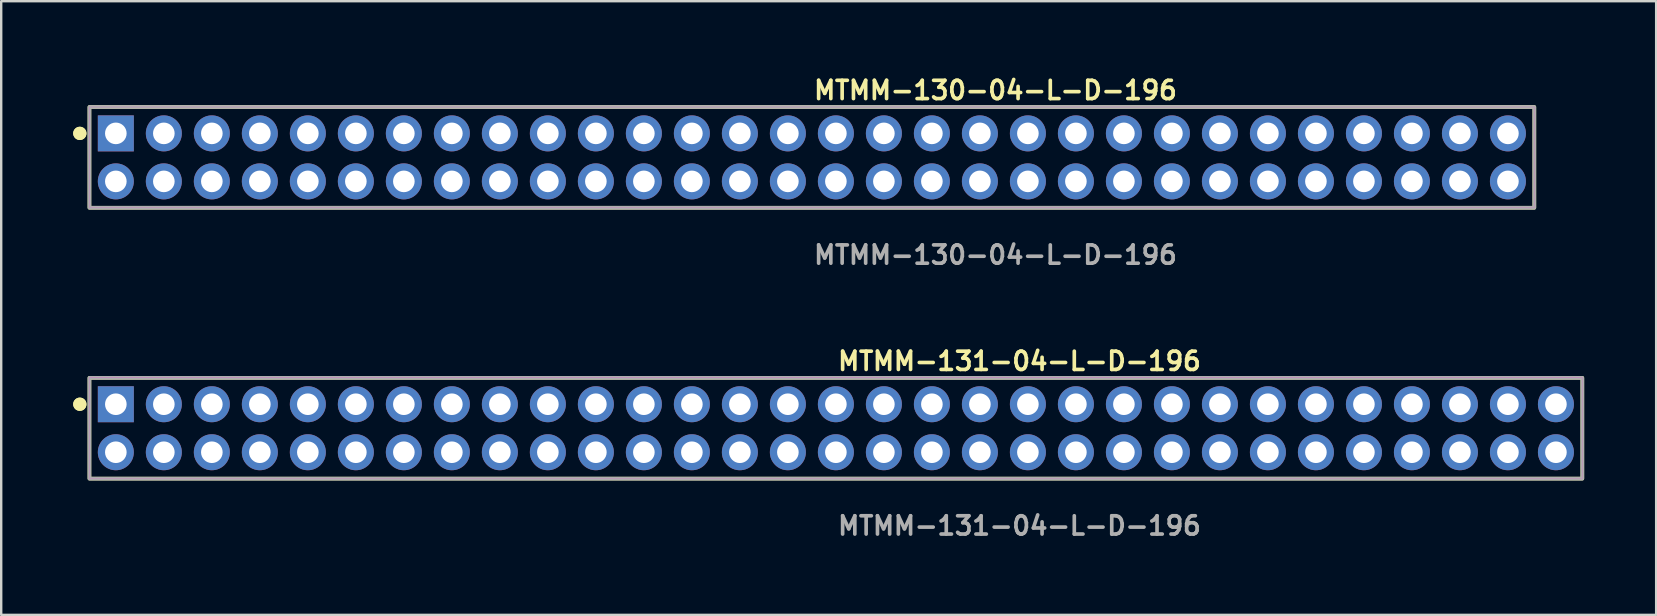
<source format=kicad_pcb>
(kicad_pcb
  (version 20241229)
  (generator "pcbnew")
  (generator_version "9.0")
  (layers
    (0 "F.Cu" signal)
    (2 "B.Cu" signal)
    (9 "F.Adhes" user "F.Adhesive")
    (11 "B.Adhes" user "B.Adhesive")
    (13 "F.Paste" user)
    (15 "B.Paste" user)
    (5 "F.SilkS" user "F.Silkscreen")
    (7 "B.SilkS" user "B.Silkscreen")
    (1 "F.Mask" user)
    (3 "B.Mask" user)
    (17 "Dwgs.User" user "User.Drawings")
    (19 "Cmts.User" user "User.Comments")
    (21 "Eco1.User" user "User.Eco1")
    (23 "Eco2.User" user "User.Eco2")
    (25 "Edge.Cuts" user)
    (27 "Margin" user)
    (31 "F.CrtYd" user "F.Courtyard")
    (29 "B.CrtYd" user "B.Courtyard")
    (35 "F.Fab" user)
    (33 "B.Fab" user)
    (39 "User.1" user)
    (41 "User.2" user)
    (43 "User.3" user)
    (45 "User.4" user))
  (footprint "MTMM-131-04-L-D-196"
    (layer "F.Cu")
    (at 31.776 14.792)
    (property "Reference" "MTMM-131-04-L-D-196" (at 0 -2.794 0) (unlocked yes) (layer "F.SilkS") (effects (font (size 0.762 0.762) (thickness 0.152)) (justify left)))
    (fp_rect (start -31.1 2.1) (end 31.1 -2.1) (stroke (width 0.152) (type solid)) (fill no) (layer "F.SilkS"))
    (fp_circle (center -31.5 -1) (end -31.7 -1) (stroke (width 0.152) (type solid)) (fill yes) (layer "F.SilkS"))
    (fp_circle (center -31.5 -1) (end -31.7 -1) (stroke (width 0.152) (type solid)) (fill yes) (layer "F.SilkS"))
    (fp_rect (start -31.1 2.1) (end 31.1 -2.1) (stroke (width 0.006) (type solid)) (fill no) (layer "F.CrtYd"))
    (fp_rect (start -31.1 2.1) (end 31.1 -2.1) (stroke (width 0.152) (type solid)) (fill no) (layer "F.Fab"))
    (fp_text user "${REFERENCE}" (at 0 4.064 0) (unlocked yes) (layer "F.Fab") (effects (font (size 0.762 0.762) (thickness 0.152)) (justify left)))
    (pad "1" thru_hole rect (at -30 -1) (size 1.5 1.5) (drill 0.9) (layers "*.Cu" "*.Mask"))
    (pad "2" thru_hole circle (at -30 1) (size 1.5 1.5) (drill 0.9) (layers "*.Cu" "*.Mask"))
    (pad "3" thru_hole circle (at -28 -1) (size 1.5 1.5) (drill 0.9) (layers "*.Cu" "*.Mask"))
    (pad "4" thru_hole circle (at -28 1) (size 1.5 1.5) (drill 0.9) (layers "*.Cu" "*.Mask"))
    (pad "5" thru_hole circle (at -26 -1) (size 1.5 1.5) (drill 0.9) (layers "*.Cu" "*.Mask"))
    (pad "6" thru_hole circle (at -26 1) (size 1.5 1.5) (drill 0.9) (layers "*.Cu" "*.Mask"))
    (pad "7" thru_hole circle (at -24 -1) (size 1.5 1.5) (drill 0.9) (layers "*.Cu" "*.Mask"))
    (pad "8" thru_hole circle (at -24 1) (size 1.5 1.5) (drill 0.9) (layers "*.Cu" "*.Mask"))
    (pad "9" thru_hole circle (at -22 -1) (size 1.5 1.5) (drill 0.9) (layers "*.Cu" "*.Mask"))
    (pad "10" thru_hole circle (at -22 1) (size 1.5 1.5) (drill 0.9) (layers "*.Cu" "*.Mask"))
    (pad "11" thru_hole circle (at -20 -1) (size 1.5 1.5) (drill 0.9) (layers "*.Cu" "*.Mask"))
    (pad "12" thru_hole circle (at -20 1) (size 1.5 1.5) (drill 0.9) (layers "*.Cu" "*.Mask"))
    (pad "13" thru_hole circle (at -18 -1) (size 1.5 1.5) (drill 0.9) (layers "*.Cu" "*.Mask"))
    (pad "14" thru_hole circle (at -18 1) (size 1.5 1.5) (drill 0.9) (layers "*.Cu" "*.Mask"))
    (pad "15" thru_hole circle (at -16 -1) (size 1.5 1.5) (drill 0.9) (layers "*.Cu" "*.Mask"))
    (pad "16" thru_hole circle (at -16 1) (size 1.5 1.5) (drill 0.9) (layers "*.Cu" "*.Mask"))
    (pad "17" thru_hole circle (at -14 -1) (size 1.5 1.5) (drill 0.9) (layers "*.Cu" "*.Mask"))
    (pad "18" thru_hole circle (at -14 1) (size 1.5 1.5) (drill 0.9) (layers "*.Cu" "*.Mask"))
    (pad "19" thru_hole circle (at -12 -1) (size 1.5 1.5) (drill 0.9) (layers "*.Cu" "*.Mask"))
    (pad "20" thru_hole circle (at -12 1) (size 1.5 1.5) (drill 0.9) (layers "*.Cu" "*.Mask"))
    (pad "21" thru_hole circle (at -10 -1) (size 1.5 1.5) (drill 0.9) (layers "*.Cu" "*.Mask"))
    (pad "22" thru_hole circle (at -10 1) (size 1.5 1.5) (drill 0.9) (layers "*.Cu" "*.Mask"))
    (pad "23" thru_hole circle (at -8 -1) (size 1.5 1.5) (drill 0.9) (layers "*.Cu" "*.Mask"))
    (pad "24" thru_hole circle (at -8 1) (size 1.5 1.5) (drill 0.9) (layers "*.Cu" "*.Mask"))
    (pad "25" thru_hole circle (at -6 -1) (size 1.5 1.5) (drill 0.9) (layers "*.Cu" "*.Mask"))
    (pad "26" thru_hole circle (at -6 1) (size 1.5 1.5) (drill 0.9) (layers "*.Cu" "*.Mask"))
    (pad "27" thru_hole circle (at -4 -1) (size 1.5 1.5) (drill 0.9) (layers "*.Cu" "*.Mask"))
    (pad "28" thru_hole circle (at -4 1) (size 1.5 1.5) (drill 0.9) (layers "*.Cu" "*.Mask"))
    (pad "29" thru_hole circle (at -2 -1) (size 1.5 1.5) (drill 0.9) (layers "*.Cu" "*.Mask"))
    (pad "30" thru_hole circle (at -2 1) (size 1.5 1.5) (drill 0.9) (layers "*.Cu" "*.Mask"))
    (pad "31" thru_hole circle (at 0 -1) (size 1.5 1.5) (drill 0.9) (layers "*.Cu" "*.Mask"))
    (pad "32" thru_hole circle (at 0 1) (size 1.5 1.5) (drill 0.9) (layers "*.Cu" "*.Mask"))
    (pad "33" thru_hole circle (at 2 -1) (size 1.5 1.5) (drill 0.9) (layers "*.Cu" "*.Mask"))
    (pad "34" thru_hole circle (at 2 1) (size 1.5 1.5) (drill 0.9) (layers "*.Cu" "*.Mask"))
    (pad "35" thru_hole circle (at 4 -1) (size 1.5 1.5) (drill 0.9) (layers "*.Cu" "*.Mask"))
    (pad "36" thru_hole circle (at 4 1) (size 1.5 1.5) (drill 0.9) (layers "*.Cu" "*.Mask"))
    (pad "37" thru_hole circle (at 6 -1) (size 1.5 1.5) (drill 0.9) (layers "*.Cu" "*.Mask"))
    (pad "38" thru_hole circle (at 6 1) (size 1.5 1.5) (drill 0.9) (layers "*.Cu" "*.Mask"))
    (pad "39" thru_hole circle (at 8 -1) (size 1.5 1.5) (drill 0.9) (layers "*.Cu" "*.Mask"))
    (pad "40" thru_hole circle (at 8 1) (size 1.5 1.5) (drill 0.9) (layers "*.Cu" "*.Mask"))
    (pad "41" thru_hole circle (at 10 -1) (size 1.5 1.5) (drill 0.9) (layers "*.Cu" "*.Mask"))
    (pad "42" thru_hole circle (at 10 1) (size 1.5 1.5) (drill 0.9) (layers "*.Cu" "*.Mask"))
    (pad "43" thru_hole circle (at 12 -1) (size 1.5 1.5) (drill 0.9) (layers "*.Cu" "*.Mask"))
    (pad "44" thru_hole circle (at 12 1) (size 1.5 1.5) (drill 0.9) (layers "*.Cu" "*.Mask"))
    (pad "45" thru_hole circle (at 14 -1) (size 1.5 1.5) (drill 0.9) (layers "*.Cu" "*.Mask"))
    (pad "46" thru_hole circle (at 14 1) (size 1.5 1.5) (drill 0.9) (layers "*.Cu" "*.Mask"))
    (pad "47" thru_hole circle (at 16 -1) (size 1.5 1.5) (drill 0.9) (layers "*.Cu" "*.Mask"))
    (pad "48" thru_hole circle (at 16 1) (size 1.5 1.5) (drill 0.9) (layers "*.Cu" "*.Mask"))
    (pad "49" thru_hole circle (at 18 -1) (size 1.5 1.5) (drill 0.9) (layers "*.Cu" "*.Mask"))
    (pad "50" thru_hole circle (at 18 1) (size 1.5 1.5) (drill 0.9) (layers "*.Cu" "*.Mask"))
    (pad "51" thru_hole circle (at 20 -1) (size 1.5 1.5) (drill 0.9) (layers "*.Cu" "*.Mask"))
    (pad "52" thru_hole circle (at 20 1) (size 1.5 1.5) (drill 0.9) (layers "*.Cu" "*.Mask"))
    (pad "53" thru_hole circle (at 22 -1) (size 1.5 1.5) (drill 0.9) (layers "*.Cu" "*.Mask"))
    (pad "54" thru_hole circle (at 22 1) (size 1.5 1.5) (drill 0.9) (layers "*.Cu" "*.Mask"))
    (pad "55" thru_hole circle (at 24 -1) (size 1.5 1.5) (drill 0.9) (layers "*.Cu" "*.Mask"))
    (pad "56" thru_hole circle (at 24 1) (size 1.5 1.5) (drill 0.9) (layers "*.Cu" "*.Mask"))
    (pad "57" thru_hole circle (at 26 -1) (size 1.5 1.5) (drill 0.9) (layers "*.Cu" "*.Mask"))
    (pad "58" thru_hole circle (at 26 1) (size 1.5 1.5) (drill 0.9) (layers "*.Cu" "*.Mask"))
    (pad "59" thru_hole circle (at 28 -1) (size 1.5 1.5) (drill 0.9) (layers "*.Cu" "*.Mask"))
    (pad "60" thru_hole circle (at 28 1) (size 1.5 1.5) (drill 0.9) (layers "*.Cu" "*.Mask"))
    (pad "61" thru_hole circle (at 30 -1) (size 1.5 1.5) (drill 0.9) (layers "*.Cu" "*.Mask"))
    (pad "62" thru_hole circle (at 30 1) (size 1.5 1.5) (drill 0.9) (layers "*.Cu" "*.Mask")))
  (footprint "MTMM-130-04-L-D-196"
    (layer "F.Cu")
    (at 30.776 3.507)
    (property "Reference" "MTMM-130-04-L-D-196" (at 0 -2.794 0) (unlocked yes) (layer "F.SilkS") (effects (font (size 0.762 0.762) (thickness 0.152)) (justify left)))
    (fp_rect (start -30.1 2.1) (end 30.1 -2.1) (stroke (width 0.152) (type solid)) (fill no) (layer "F.SilkS"))
    (fp_circle (center -30.5 -1) (end -30.7 -1) (stroke (width 0.152) (type solid)) (fill yes) (layer "F.SilkS"))
    (fp_circle (center -30.5 -1) (end -30.7 -1) (stroke (width 0.152) (type solid)) (fill yes) (layer "F.SilkS"))
    (fp_rect (start -30.1 2.1) (end 30.1 -2.1) (stroke (width 0.006) (type solid)) (fill no) (layer "F.CrtYd"))
    (fp_rect (start -30.1 2.1) (end 30.1 -2.1) (stroke (width 0.152) (type solid)) (fill no) (layer "F.Fab"))
    (fp_text user "${REFERENCE}" (at 0 4.064 0) (unlocked yes) (layer "F.Fab") (effects (font (size 0.762 0.762) (thickness 0.152)) (justify left)))
    (pad "1" thru_hole rect (at -29 -1) (size 1.5 1.5) (drill 0.9) (layers "*.Cu" "*.Mask"))
    (pad "2" thru_hole circle (at -29 1) (size 1.5 1.5) (drill 0.9) (layers "*.Cu" "*.Mask"))
    (pad "3" thru_hole circle (at -27 -1) (size 1.5 1.5) (drill 0.9) (layers "*.Cu" "*.Mask"))
    (pad "4" thru_hole circle (at -27 1) (size 1.5 1.5) (drill 0.9) (layers "*.Cu" "*.Mask"))
    (pad "5" thru_hole circle (at -25 -1) (size 1.5 1.5) (drill 0.9) (layers "*.Cu" "*.Mask"))
    (pad "6" thru_hole circle (at -25 1) (size 1.5 1.5) (drill 0.9) (layers "*.Cu" "*.Mask"))
    (pad "7" thru_hole circle (at -23 -1) (size 1.5 1.5) (drill 0.9) (layers "*.Cu" "*.Mask"))
    (pad "8" thru_hole circle (at -23 1) (size 1.5 1.5) (drill 0.9) (layers "*.Cu" "*.Mask"))
    (pad "9" thru_hole circle (at -21 -1) (size 1.5 1.5) (drill 0.9) (layers "*.Cu" "*.Mask"))
    (pad "10" thru_hole circle (at -21 1) (size 1.5 1.5) (drill 0.9) (layers "*.Cu" "*.Mask"))
    (pad "11" thru_hole circle (at -19 -1) (size 1.5 1.5) (drill 0.9) (layers "*.Cu" "*.Mask"))
    (pad "12" thru_hole circle (at -19 1) (size 1.5 1.5) (drill 0.9) (layers "*.Cu" "*.Mask"))
    (pad "13" thru_hole circle (at -17 -1) (size 1.5 1.5) (drill 0.9) (layers "*.Cu" "*.Mask"))
    (pad "14" thru_hole circle (at -17 1) (size 1.5 1.5) (drill 0.9) (layers "*.Cu" "*.Mask"))
    (pad "15" thru_hole circle (at -15 -1) (size 1.5 1.5) (drill 0.9) (layers "*.Cu" "*.Mask"))
    (pad "16" thru_hole circle (at -15 1) (size 1.5 1.5) (drill 0.9) (layers "*.Cu" "*.Mask"))
    (pad "17" thru_hole circle (at -13 -1) (size 1.5 1.5) (drill 0.9) (layers "*.Cu" "*.Mask"))
    (pad "18" thru_hole circle (at -13 1) (size 1.5 1.5) (drill 0.9) (layers "*.Cu" "*.Mask"))
    (pad "19" thru_hole circle (at -11 -1) (size 1.5 1.5) (drill 0.9) (layers "*.Cu" "*.Mask"))
    (pad "20" thru_hole circle (at -11 1) (size 1.5 1.5) (drill 0.9) (layers "*.Cu" "*.Mask"))
    (pad "21" thru_hole circle (at -9 -1) (size 1.5 1.5) (drill 0.9) (layers "*.Cu" "*.Mask"))
    (pad "22" thru_hole circle (at -9 1) (size 1.5 1.5) (drill 0.9) (layers "*.Cu" "*.Mask"))
    (pad "23" thru_hole circle (at -7 -1) (size 1.5 1.5) (drill 0.9) (layers "*.Cu" "*.Mask"))
    (pad "24" thru_hole circle (at -7 1) (size 1.5 1.5) (drill 0.9) (layers "*.Cu" "*.Mask"))
    (pad "25" thru_hole circle (at -5 -1) (size 1.5 1.5) (drill 0.9) (layers "*.Cu" "*.Mask"))
    (pad "26" thru_hole circle (at -5 1) (size 1.5 1.5) (drill 0.9) (layers "*.Cu" "*.Mask"))
    (pad "27" thru_hole circle (at -3 -1) (size 1.5 1.5) (drill 0.9) (layers "*.Cu" "*.Mask"))
    (pad "28" thru_hole circle (at -3 1) (size 1.5 1.5) (drill 0.9) (layers "*.Cu" "*.Mask"))
    (pad "29" thru_hole circle (at -1 -1) (size 1.5 1.5) (drill 0.9) (layers "*.Cu" "*.Mask"))
    (pad "30" thru_hole circle (at -1 1) (size 1.5 1.5) (drill 0.9) (layers "*.Cu" "*.Mask"))
    (pad "31" thru_hole circle (at 1 -1) (size 1.5 1.5) (drill 0.9) (layers "*.Cu" "*.Mask"))
    (pad "32" thru_hole circle (at 1 1) (size 1.5 1.5) (drill 0.9) (layers "*.Cu" "*.Mask"))
    (pad "33" thru_hole circle (at 3 -1) (size 1.5 1.5) (drill 0.9) (layers "*.Cu" "*.Mask"))
    (pad "34" thru_hole circle (at 3 1) (size 1.5 1.5) (drill 0.9) (layers "*.Cu" "*.Mask"))
    (pad "35" thru_hole circle (at 5 -1) (size 1.5 1.5) (drill 0.9) (layers "*.Cu" "*.Mask"))
    (pad "36" thru_hole circle (at 5 1) (size 1.5 1.5) (drill 0.9) (layers "*.Cu" "*.Mask"))
    (pad "37" thru_hole circle (at 7 -1) (size 1.5 1.5) (drill 0.9) (layers "*.Cu" "*.Mask"))
    (pad "38" thru_hole circle (at 7 1) (size 1.5 1.5) (drill 0.9) (layers "*.Cu" "*.Mask"))
    (pad "39" thru_hole circle (at 9 -1) (size 1.5 1.5) (drill 0.9) (layers "*.Cu" "*.Mask"))
    (pad "40" thru_hole circle (at 9 1) (size 1.5 1.5) (drill 0.9) (layers "*.Cu" "*.Mask"))
    (pad "41" thru_hole circle (at 11 -1) (size 1.5 1.5) (drill 0.9) (layers "*.Cu" "*.Mask"))
    (pad "42" thru_hole circle (at 11 1) (size 1.5 1.5) (drill 0.9) (layers "*.Cu" "*.Mask"))
    (pad "43" thru_hole circle (at 13 -1) (size 1.5 1.5) (drill 0.9) (layers "*.Cu" "*.Mask"))
    (pad "44" thru_hole circle (at 13 1) (size 1.5 1.5) (drill 0.9) (layers "*.Cu" "*.Mask"))
    (pad "45" thru_hole circle (at 15 -1) (size 1.5 1.5) (drill 0.9) (layers "*.Cu" "*.Mask"))
    (pad "46" thru_hole circle (at 15 1) (size 1.5 1.5) (drill 0.9) (layers "*.Cu" "*.Mask"))
    (pad "47" thru_hole circle (at 17 -1) (size 1.5 1.5) (drill 0.9) (layers "*.Cu" "*.Mask"))
    (pad "48" thru_hole circle (at 17 1) (size 1.5 1.5) (drill 0.9) (layers "*.Cu" "*.Mask"))
    (pad "49" thru_hole circle (at 19 -1) (size 1.5 1.5) (drill 0.9) (layers "*.Cu" "*.Mask"))
    (pad "50" thru_hole circle (at 19 1) (size 1.5 1.5) (drill 0.9) (layers "*.Cu" "*.Mask"))
    (pad "51" thru_hole circle (at 21 -1) (size 1.5 1.5) (drill 0.9) (layers "*.Cu" "*.Mask"))
    (pad "52" thru_hole circle (at 21 1) (size 1.5 1.5) (drill 0.9) (layers "*.Cu" "*.Mask"))
    (pad "53" thru_hole circle (at 23 -1) (size 1.5 1.5) (drill 0.9) (layers "*.Cu" "*.Mask"))
    (pad "54" thru_hole circle (at 23 1) (size 1.5 1.5) (drill 0.9) (layers "*.Cu" "*.Mask"))
    (pad "55" thru_hole circle (at 25 -1) (size 1.5 1.5) (drill 0.9) (layers "*.Cu" "*.Mask"))
    (pad "56" thru_hole circle (at 25 1) (size 1.5 1.5) (drill 0.9) (layers "*.Cu" "*.Mask"))
    (pad "57" thru_hole circle (at 27 -1) (size 1.5 1.5) (drill 0.9) (layers "*.Cu" "*.Mask"))
    (pad "58" thru_hole circle (at 27 1) (size 1.5 1.5) (drill 0.9) (layers "*.Cu" "*.Mask"))
    (pad "59" thru_hole circle (at 29 -1) (size 1.5 1.5) (drill 0.9) (layers "*.Cu" "*.Mask"))
    (pad "60" thru_hole circle (at 29 1) (size 1.5 1.5) (drill 0.9) (layers "*.Cu" "*.Mask")))
  (gr_rect
    (start -3 -3)
    (end 65.952 22.569)
    (stroke (width 0.1) (type default))
    (fill no)
    (layer "Edge.Cuts")))
</source>
